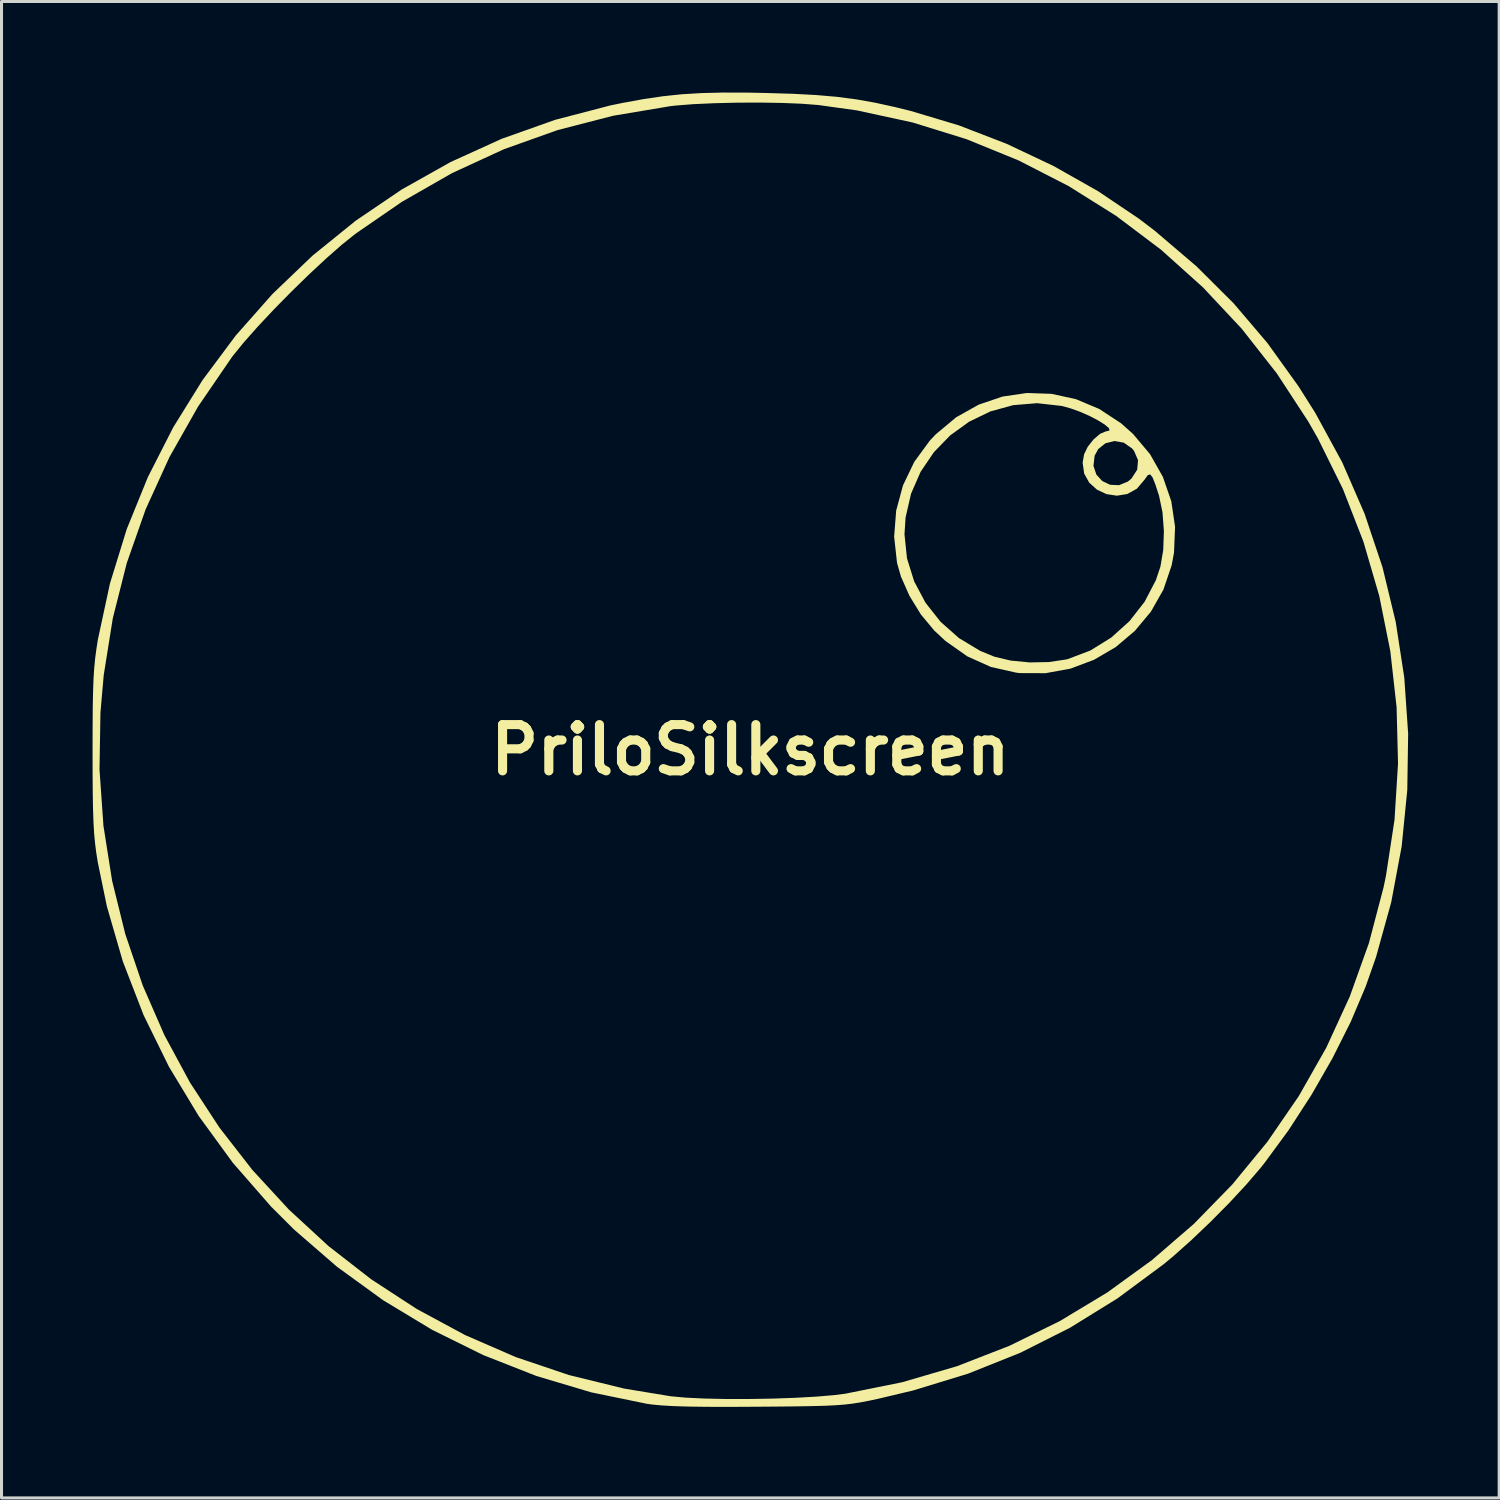
<source format=kicad_pcb>
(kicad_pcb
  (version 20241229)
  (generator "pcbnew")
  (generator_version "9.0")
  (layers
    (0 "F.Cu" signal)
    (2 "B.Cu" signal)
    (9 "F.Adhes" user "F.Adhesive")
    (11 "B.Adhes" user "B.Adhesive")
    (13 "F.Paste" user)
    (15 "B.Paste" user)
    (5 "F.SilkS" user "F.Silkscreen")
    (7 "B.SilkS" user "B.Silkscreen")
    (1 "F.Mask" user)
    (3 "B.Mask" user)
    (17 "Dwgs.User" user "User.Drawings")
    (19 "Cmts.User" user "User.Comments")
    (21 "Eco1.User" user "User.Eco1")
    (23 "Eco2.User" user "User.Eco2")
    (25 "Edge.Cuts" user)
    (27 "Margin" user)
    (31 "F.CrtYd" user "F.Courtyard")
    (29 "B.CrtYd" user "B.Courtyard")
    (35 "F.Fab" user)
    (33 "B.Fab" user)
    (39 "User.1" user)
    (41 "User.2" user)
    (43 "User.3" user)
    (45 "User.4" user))
  (footprint "PriloSilkscreen"
    (layer "F.Cu")
    (at 21.675 21.662)
    (property "Reference" "PriloSilkscreen" (at 0 0 0) (layer "F.SilkS") (effects (font (size 1.524 1.524) (thickness 0.3))))
    (attr board_only exclude_from_pos_files exclude_from_bom)
    (fp_poly (pts (xy 9.927 -11.734) (xy 10.728 -11.559) (xy 11.497 -11.236) (xy 12.215 -10.765) (xy 12.61 -10.414) (xy 13.172 -9.745) (xy 13.595 -8.997) (xy 13.872 -8.194) (xy 13.996 -7.356) (xy 13.962 -6.506) (xy 13.884 -6.083) (xy 13.612 -5.283) (xy 13.201 -4.558) (xy 12.671 -3.923) (xy 12.04 -3.389) (xy 11.326 -2.971) (xy 10.55 -2.679) (xy 9.729 -2.529) (xy 8.881 -2.532) (xy 8.762 -2.546) (xy 7.929 -2.734) (xy 7.152 -3.082) (xy 6.431 -3.59) (xy 6.061 -3.934) (xy 5.621 -4.463) (xy 5.244 -5.077) (xy 4.962 -5.715) (xy 4.834 -6.164) (xy 4.739 -7.029) (xy 4.745 -7.105) (xy 5.08 -7.105) (xy 5.162 -6.314) (xy 5.398 -5.556) (xy 5.772 -4.851) (xy 6.27 -4.221) (xy 6.877 -3.684) (xy 7.577 -3.263) (xy 8.043 -3.072) (xy 8.581 -2.944) (xy 9.201 -2.884) (xy 9.832 -2.895) (xy 10.401 -2.98) (xy 10.467 -2.996) (xy 11.208 -3.278) (xy 11.892 -3.702) (xy 12.495 -4.245) (xy 12.993 -4.883) (xy 13.363 -5.592) (xy 13.514 -6.043) (xy 13.606 -6.587) (xy 13.628 -7.207) (xy 13.582 -7.828) (xy 13.469 -8.373) (xy 13.462 -8.394) (xy 13.341 -8.765) (xy 13.25 -8.988) (xy 13.173 -9.079) (xy 13.098 -9.056) (xy 13.009 -8.933) (xy 12.995 -8.911) (xy 12.737 -8.607) (xy 12.421 -8.433) (xy 12.078 -8.378) (xy 11.735 -8.43) (xy 11.422 -8.577) (xy 11.168 -8.806) (xy 11.001 -9.106) (xy 10.965 -9.36) (xy 11.307 -9.36) (xy 11.402 -9.075) (xy 11.596 -8.861) (xy 11.857 -8.737) (xy 12.15 -8.724) (xy 12.442 -8.844) (xy 12.561 -8.944) (xy 12.748 -9.234) (xy 12.776 -9.549) (xy 12.643 -9.856) (xy 12.577 -9.936) (xy 12.304 -10.126) (xy 11.997 -10.179) (xy 11.701 -10.105) (xy 11.462 -9.912) (xy 11.345 -9.694) (xy 11.307 -9.36) (xy 10.965 -9.36) (xy 10.95 -9.465) (xy 10.998 -9.741) (xy 11.119 -9.991) (xy 11.31 -10.232) (xy 11.524 -10.416) (xy 11.717 -10.498) (xy 11.733 -10.499) (xy 11.839 -10.528) (xy 11.813 -10.607) (xy 11.679 -10.721) (xy 11.462 -10.857) (xy 11.187 -11.001) (xy 10.877 -11.138) (xy 10.558 -11.254) (xy 10.262 -11.335) (xy 9.45 -11.426) (xy 8.66 -11.361) (xy 7.909 -11.154) (xy 7.212 -10.817) (xy 6.586 -10.365) (xy 6.047 -9.809) (xy 5.611 -9.165) (xy 5.296 -8.444) (xy 5.116 -7.66) (xy 5.08 -7.105) (xy 4.745 -7.105) (xy 4.806 -7.886) (xy 5.029 -8.714) (xy 5.401 -9.491) (xy 5.914 -10.193) (xy 6.11 -10.4) (xy 6.783 -10.962) (xy 7.521 -11.376) (xy 8.304 -11.643) (xy 9.112 -11.762)) (stroke (width 0) (type solid)) (fill yes) (layer "F.SilkS"))
    (fp_poly (pts (xy -0.082 -21.66) (xy 0.515 -21.648) (xy 1.41 -21.621) (xy 2.176 -21.58) (xy 2.853 -21.521) (xy 3.484 -21.439) (xy 4.107 -21.329) (xy 4.763 -21.185) (xy 5.292 -21.054) (xy 6.874 -20.58) (xy 8.453 -19.97) (xy 9.991 -19.242) (xy 11.456 -18.414) (xy 12.811 -17.502) (xy 13.335 -17.102) (xy 14.704 -15.934) (xy 15.93 -14.712) (xy 17.041 -13.406) (xy 18.06 -11.987) (xy 18.612 -11.114) (xy 19.503 -9.48) (xy 20.243 -7.778) (xy 20.832 -6.02) (xy 21.267 -4.219) (xy 21.549 -2.386) (xy 21.677 -0.534) (xy 21.648 1.325) (xy 21.463 3.18) (xy 21.119 5.019) (xy 20.617 6.829) (xy 20.273 7.807) (xy 19.784 8.961) (xy 19.181 10.162) (xy 18.49 11.367) (xy 17.738 12.528) (xy 16.951 13.6) (xy 16.807 13.781) (xy 16.338 14.328) (xy 15.775 14.934) (xy 15.158 15.557) (xy 14.529 16.156) (xy 13.93 16.69) (xy 13.617 16.949) (xy 12.1 18.072) (xy 10.53 19.043) (xy 8.893 19.867) (xy 7.176 20.553) (xy 5.365 21.107) (xy 4.191 21.386) (xy 3.888 21.45) (xy 3.62 21.501) (xy 3.365 21.541) (xy 3.099 21.572) (xy 2.798 21.595) (xy 2.438 21.612) (xy 1.997 21.623) (xy 1.45 21.632) (xy 0.773 21.639) (xy 0.212 21.643) (xy -0.681 21.648) (xy -1.422 21.646) (xy -2.031 21.638) (xy -2.525 21.623) (xy -2.922 21.6) (xy -3.241 21.57) (xy -3.41 21.546) (xy -5.247 21.168) (xy -7.049 20.63) (xy -8.801 19.941) (xy -10.488 19.107) (xy -12.098 18.135) (xy -13.616 17.034) (xy -15.028 15.811) (xy -15.793 15.048) (xy -17.054 13.603) (xy -18.177 12.063) (xy -19.158 10.439) (xy -19.993 8.739) (xy -20.676 6.974) (xy -21.204 5.152) (xy -21.504 3.696) (xy -21.554 3.38) (xy -21.593 3.071) (xy -21.624 2.743) (xy -21.645 2.371) (xy -21.66 1.929) (xy -21.669 1.391) (xy -21.674 0.731) (xy -21.674 0.653) (xy -21.446 0.653) (xy -21.316 2.502) (xy -21.031 4.309) (xy -20.597 6.066) (xy -20.02 7.765) (xy -19.307 9.399) (xy -18.463 10.962) (xy -17.494 12.445) (xy -16.407 13.842) (xy -15.206 15.146) (xy -13.9 16.349) (xy -12.492 17.444) (xy -10.99 18.423) (xy -9.4 19.281) (xy -7.727 20.008) (xy -5.977 20.599) (xy -4.157 21.045) (xy -2.625 21.298) (xy -2.135 21.343) (xy -1.514 21.373) (xy -0.803 21.388) (xy -0.038 21.388) (xy 0.742 21.375) (xy 1.498 21.348) (xy 2.191 21.309) (xy 2.784 21.258) (xy 3.133 21.213) (xy 5.003 20.836) (xy 6.808 20.308) (xy 8.541 19.634) (xy 10.195 18.822) (xy 11.764 17.877) (xy 13.239 16.807) (xy 14.614 15.619) (xy 15.883 14.318) (xy 17.038 12.913) (xy 18.072 11.408) (xy 18.979 9.811) (xy 19.752 8.128) (xy 20.383 6.367) (xy 20.865 4.533) (xy 20.945 4.149) (xy 21.227 2.306) (xy 21.343 0.45) (xy 21.296 -1.409) (xy 21.089 -3.255) (xy 20.724 -5.077) (xy 20.203 -6.862) (xy 19.528 -8.596) (xy 18.702 -10.267) (xy 18.386 -10.82) (xy 17.351 -12.404) (xy 16.192 -13.88) (xy 14.917 -15.241) (xy 13.535 -16.482) (xy 12.056 -17.597) (xy 10.488 -18.58) (xy 8.841 -19.425) (xy 7.123 -20.126) (xy 5.344 -20.677) (xy 3.513 -21.074) (xy 2.244 -21.251) (xy 1.711 -21.293) (xy 1.055 -21.32) (xy 0.323 -21.332) (xy -0.44 -21.329) (xy -1.188 -21.311) (xy -1.875 -21.28) (xy -2.456 -21.234) (xy -2.628 -21.215) (xy -4.523 -20.897) (xy -6.352 -20.425) (xy -8.119 -19.795) (xy -9.828 -19.008) (xy -11.483 -18.061) (xy -13.012 -17.008) (xy -13.458 -16.651) (xy -13.979 -16.193) (xy -14.547 -15.664) (xy -15.133 -15.092) (xy -15.707 -14.508) (xy -16.24 -13.939) (xy -16.702 -13.417) (xy -17.065 -12.969) (xy -17.089 -12.936) (xy -18.196 -11.318) (xy -19.141 -9.65) (xy -19.925 -7.93) (xy -20.547 -6.16) (xy -21.008 -4.338) (xy -21.307 -2.465) (xy -21.415 -1.232) (xy -21.446 0.653) (xy -21.674 0.653) (xy -21.675 0.045) (xy -21.673 -0.737) (xy -21.669 -1.375) (xy -21.659 -1.895) (xy -21.644 -2.324) (xy -21.621 -2.688) (xy -21.59 -3.012) (xy -21.549 -3.322) (xy -21.499 -3.64) (xy -21.101 -5.487) (xy -20.55 -7.273) (xy -19.853 -8.989) (xy -19.017 -10.63) (xy -18.05 -12.188) (xy -16.958 -13.654) (xy -15.748 -15.023) (xy -14.429 -16.286) (xy -13.007 -17.437) (xy -11.488 -18.467) (xy -9.882 -19.37) (xy -8.194 -20.138) (xy -6.432 -20.763) (xy -4.603 -21.24) (xy -4.191 -21.324) (xy -3.509 -21.448) (xy -2.877 -21.541) (xy -2.258 -21.606) (xy -1.611 -21.645) (xy -0.899 -21.662)) (stroke (width 0) (type solid)) (fill yes) (layer "F.SilkS")))
  (gr_rect
    (start -3 -3)
    (end 46.351 46.31)
    (stroke (width 0.1) (type default))
    (fill no)
    (layer "Edge.Cuts")))
</source>
